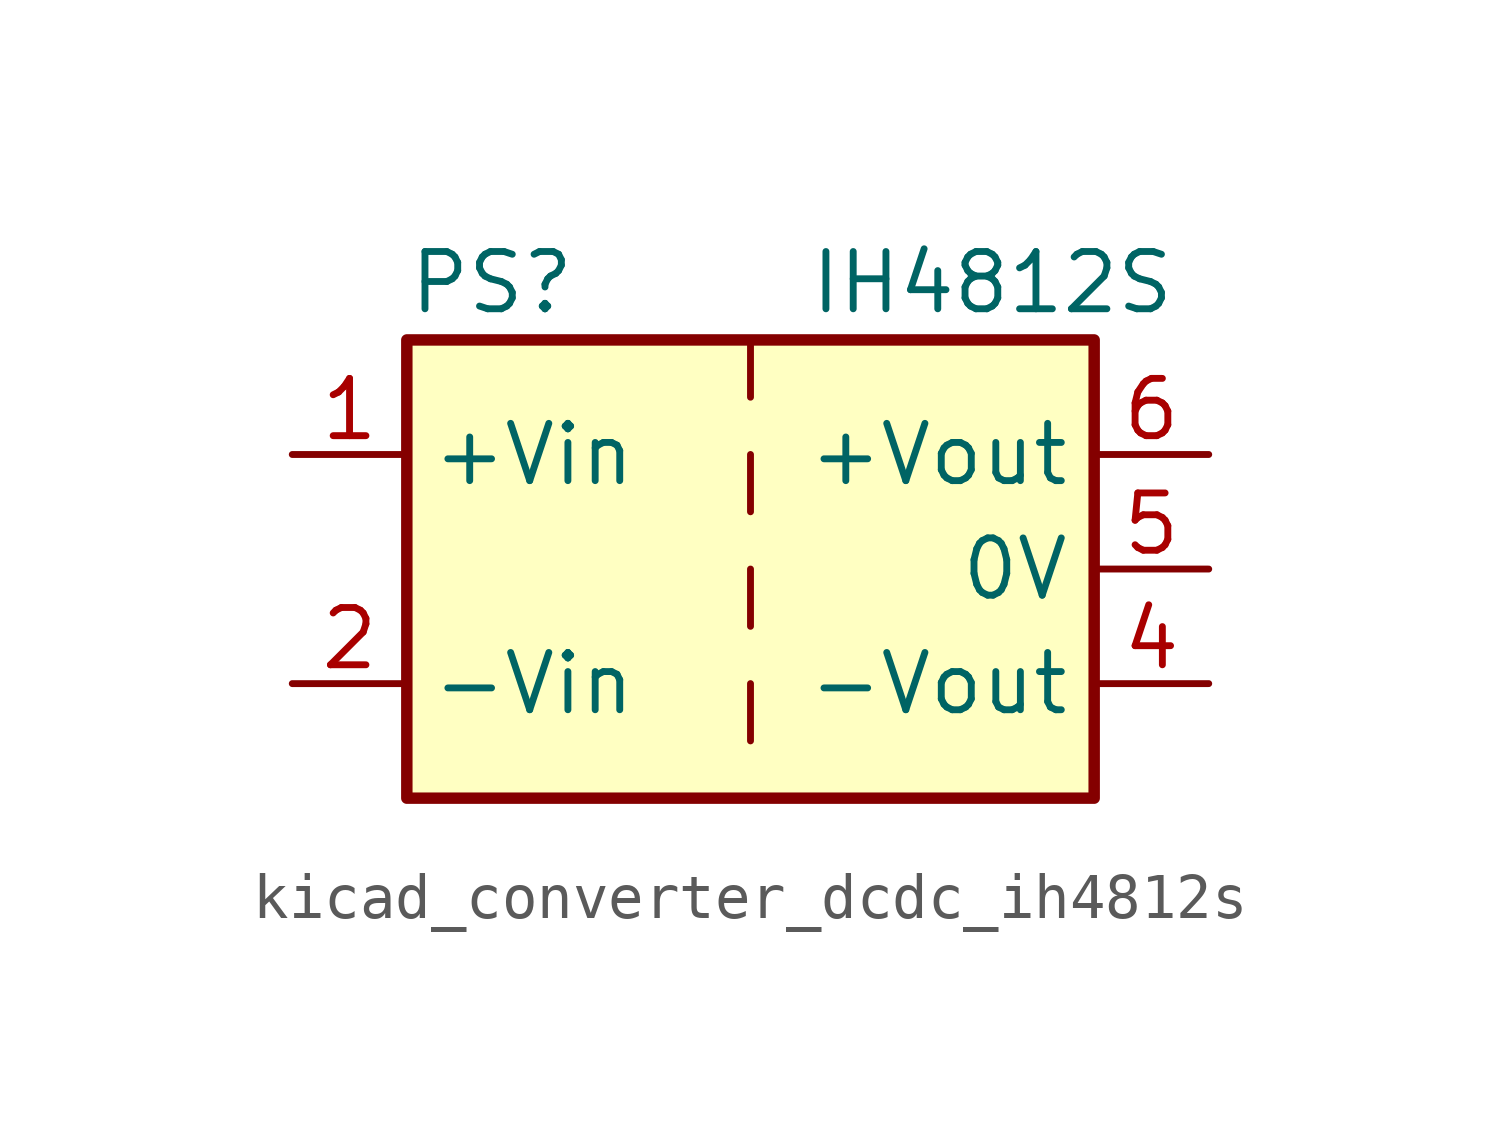
<source format=kicad_sym>
(kicad_symbol_lib
  (version 20220914)
  (generator kicad_symbol_editor)
  (symbol "kicad_converter_dcdc_ih4812s"
    (property "Reference" "PS"
      (at -7.62 6.35 0)
      (effects (font (size 1.27 1.27)) (justify left)))
    (property "Value" "IH4812S"
      (at 1.27 6.35 0)
      (effects (font (size 1.27 1.27)) (justify left)))
    (symbol "kicad_converter_dcdc_ih4812s_0_0"
      (pin power_in line (at -10.16 2.54 0) (length 2.54) (name "+Vin" (effects (font (size 1.27 1.27)))) (number "1" (effects (font (size 1.27 1.27)))))
      (pin power_in line (at -10.16 -2.54 0) (length 2.54) (name "-Vin" (effects (font (size 1.27 1.27)))) (number "2" (effects (font (size 1.27 1.27)))))
      (pin power_out line (at 10.16 -2.54 180) (length 2.54) (name "-Vout" (effects (font (size 1.27 1.27)))) (number "4" (effects (font (size 1.27 1.27)))))
      (pin power_out line (at 10.16 0 180) (length 2.54) (name "0V" (effects (font (size 1.27 1.27)))) (number "5" (effects (font (size 1.27 1.27)))))
      (pin power_out line (at 10.16 2.54 180) (length 2.54) (name "+Vout" (effects (font (size 1.27 1.27)))) (number "6" (effects (font (size 1.27 1.27))))))
    (symbol "kicad_converter_dcdc_ih4812s_0_1"
      (rectangle (start -7.62 5.08) (end 7.62 -5.08) (stroke (width 0.254) (type default)) (fill (type background)))
      (polyline (pts (xy 0 -2.54) (xy 0 -3.81)) (stroke (width 0) (type default)) (fill (type none)))
      (polyline (pts (xy 0 0) (xy 0 -1.27)) (stroke (width 0) (type default)) (fill (type none)))
      (polyline (pts (xy 0 2.54) (xy 0 1.27)) (stroke (width 0) (type default)) (fill (type none)))
      (polyline (pts (xy 0 5.08) (xy 0 3.81)) (stroke (width 0) (type default)) (fill (type none))))))
</source>
